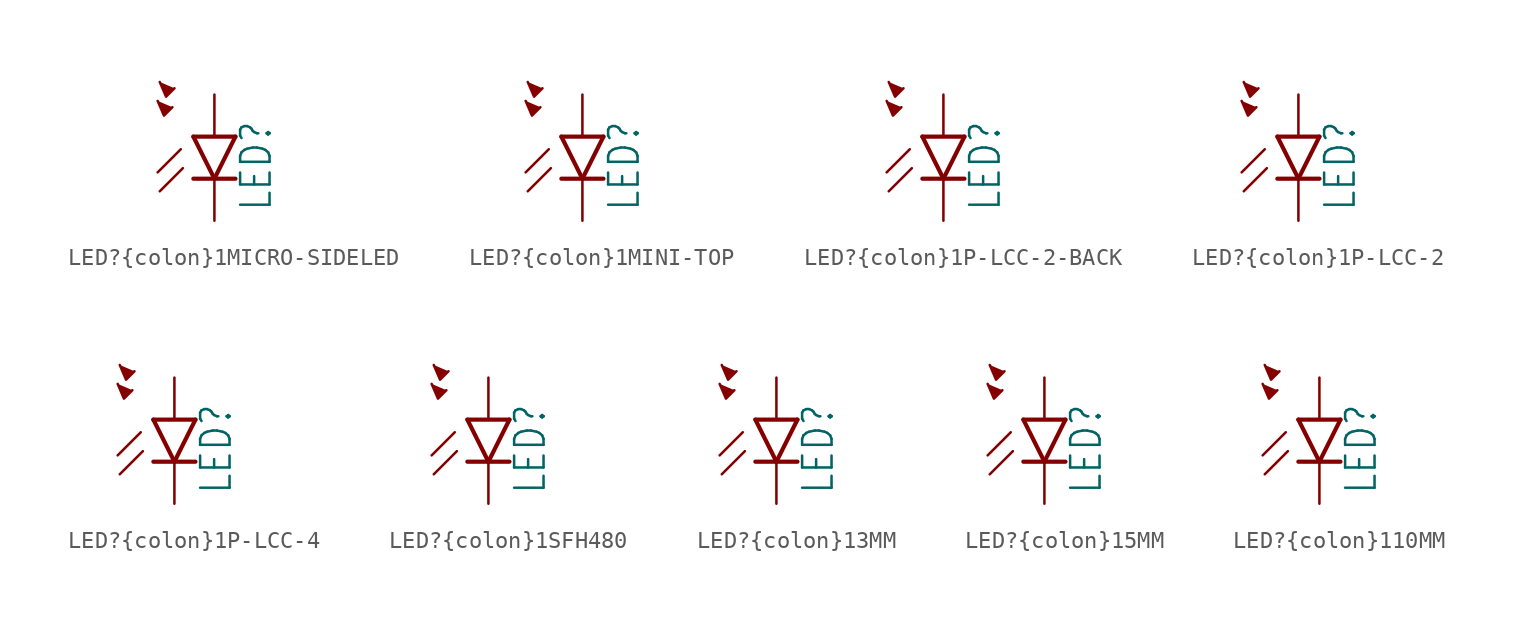
<source format=kicad_sym>
(kicad_symbol_lib
  (version 20241209)
  (generator "kicad_symbol_editor")
  (generator_version "9.0")
  (symbol "LED?{colon}1MICRO-SIDELED"
    (property "Reference" "LED"
      (at 3.556 -4.572 90)
      (effects (font (size 1.778 1.511)) (justify left bottom)))
    (property "Value" ""
      (at 5.715 -4.572 90)
      (effects (font (size 1.778 1.511)) (justify left bottom)))
    (property "ki_locked" ""
      (at 0 0 0)
      (effects (font (size 1.27 1.27))))
    (symbol "LED?{colon}1MICRO-SIDELED_1_0"
      (polyline (pts (xy -3.429 2.159) (xy -3.048 1.27) (xy -2.54 1.778)) (stroke (width 0.152) (type solid)) (fill (type outline)))
      (polyline (pts (xy -3.302 3.302) (xy -2.921 2.413) (xy -2.413 2.921)) (stroke (width 0.152) (type solid)) (fill (type outline)))
      (polyline (pts (xy -2.032 -0.762) (xy -3.429 -2.159)) (stroke (width 0.152) (type solid)) (fill (type none)))
      (polyline (pts (xy -1.905 -1.905) (xy -3.302 -3.302)) (stroke (width 0.152) (type solid)) (fill (type none)))
      (polyline (pts (xy 0 -2.54) (xy -1.27 0)) (stroke (width 0.254) (type solid)) (fill (type none)))
      (polyline (pts (xy 0 -2.54) (xy -1.27 -2.54)) (stroke (width 0.254) (type solid)) (fill (type none)))
      (polyline (pts (xy 1.27 0) (xy -1.27 0)) (stroke (width 0.254) (type solid)) (fill (type none)))
      (polyline (pts (xy 1.27 0) (xy 0 -2.54)) (stroke (width 0.254) (type solid)) (fill (type none)))
      (polyline (pts (xy 1.27 -2.54) (xy 0 -2.54)) (stroke (width 0.254) (type solid)) (fill (type none)))
      (pin passive line (at 0 2.54 270) (length 2.54) (name "A" (effects (font (size 0 0)))) (number "A" (effects (font (size 0 0)))))
      (pin passive line (at 0 -5.08 90) (length 2.54) (name "C" (effects (font (size 0 0)))) (number "C" (effects (font (size 0 0)))))))
  (symbol "LED?{colon}1MINI-TOP"
    (property "Reference" "LED"
      (at 3.556 -4.572 90)
      (effects (font (size 1.778 1.511)) (justify left bottom)))
    (property "Value" ""
      (at 5.715 -4.572 90)
      (effects (font (size 1.778 1.511)) (justify left bottom)))
    (property "ki_locked" ""
      (at 0 0 0)
      (effects (font (size 1.27 1.27))))
    (symbol "LED?{colon}1MINI-TOP_1_0"
      (polyline (pts (xy -3.429 2.159) (xy -3.048 1.27) (xy -2.54 1.778)) (stroke (width 0.152) (type solid)) (fill (type outline)))
      (polyline (pts (xy -3.302 3.302) (xy -2.921 2.413) (xy -2.413 2.921)) (stroke (width 0.152) (type solid)) (fill (type outline)))
      (polyline (pts (xy -2.032 -0.762) (xy -3.429 -2.159)) (stroke (width 0.152) (type solid)) (fill (type none)))
      (polyline (pts (xy -1.905 -1.905) (xy -3.302 -3.302)) (stroke (width 0.152) (type solid)) (fill (type none)))
      (polyline (pts (xy 0 -2.54) (xy -1.27 0)) (stroke (width 0.254) (type solid)) (fill (type none)))
      (polyline (pts (xy 0 -2.54) (xy -1.27 -2.54)) (stroke (width 0.254) (type solid)) (fill (type none)))
      (polyline (pts (xy 1.27 0) (xy -1.27 0)) (stroke (width 0.254) (type solid)) (fill (type none)))
      (polyline (pts (xy 1.27 0) (xy 0 -2.54)) (stroke (width 0.254) (type solid)) (fill (type none)))
      (polyline (pts (xy 1.27 -2.54) (xy 0 -2.54)) (stroke (width 0.254) (type solid)) (fill (type none)))
      (pin passive line (at 0 2.54 270) (length 2.54) (name "A" (effects (font (size 0 0)))) (number "A" (effects (font (size 0 0)))))
      (pin passive line (at 0 -5.08 90) (length 2.54) (name "C" (effects (font (size 0 0)))) (number "C" (effects (font (size 0 0)))))))
  (symbol "LED?{colon}1P-LCC-2-BACK"
    (property "Reference" "LED"
      (at 3.556 -4.572 90)
      (effects (font (size 1.778 1.511)) (justify left bottom)))
    (property "Value" ""
      (at 5.715 -4.572 90)
      (effects (font (size 1.778 1.511)) (justify left bottom)))
    (property "ki_locked" ""
      (at 0 0 0)
      (effects (font (size 1.27 1.27))))
    (symbol "LED?{colon}1P-LCC-2-BACK_1_0"
      (polyline (pts (xy -3.429 2.159) (xy -3.048 1.27) (xy -2.54 1.778)) (stroke (width 0.152) (type solid)) (fill (type outline)))
      (polyline (pts (xy -3.302 3.302) (xy -2.921 2.413) (xy -2.413 2.921)) (stroke (width 0.152) (type solid)) (fill (type outline)))
      (polyline (pts (xy -2.032 -0.762) (xy -3.429 -2.159)) (stroke (width 0.152) (type solid)) (fill (type none)))
      (polyline (pts (xy -1.905 -1.905) (xy -3.302 -3.302)) (stroke (width 0.152) (type solid)) (fill (type none)))
      (polyline (pts (xy 0 -2.54) (xy -1.27 0)) (stroke (width 0.254) (type solid)) (fill (type none)))
      (polyline (pts (xy 0 -2.54) (xy -1.27 -2.54)) (stroke (width 0.254) (type solid)) (fill (type none)))
      (polyline (pts (xy 1.27 0) (xy -1.27 0)) (stroke (width 0.254) (type solid)) (fill (type none)))
      (polyline (pts (xy 1.27 0) (xy 0 -2.54)) (stroke (width 0.254) (type solid)) (fill (type none)))
      (polyline (pts (xy 1.27 -2.54) (xy 0 -2.54)) (stroke (width 0.254) (type solid)) (fill (type none)))
      (pin passive line (at 0 2.54 270) (length 2.54) (name "A" (effects (font (size 0 0)))) (number "A" (effects (font (size 0 0)))))
      (pin passive line (at 0 -5.08 90) (length 2.54) (name "C" (effects (font (size 0 0)))) (number "C" (effects (font (size 0 0)))))))
  (symbol "LED?{colon}1P-LCC-2"
    (property "Reference" "LED"
      (at 3.556 -4.572 90)
      (effects (font (size 1.778 1.511)) (justify left bottom)))
    (property "Value" ""
      (at 5.715 -4.572 90)
      (effects (font (size 1.778 1.511)) (justify left bottom)))
    (property "ki_locked" ""
      (at 0 0 0)
      (effects (font (size 1.27 1.27))))
    (symbol "LED?{colon}1P-LCC-2_1_0"
      (polyline (pts (xy -3.429 2.159) (xy -3.048 1.27) (xy -2.54 1.778)) (stroke (width 0.152) (type solid)) (fill (type outline)))
      (polyline (pts (xy -3.302 3.302) (xy -2.921 2.413) (xy -2.413 2.921)) (stroke (width 0.152) (type solid)) (fill (type outline)))
      (polyline (pts (xy -2.032 -0.762) (xy -3.429 -2.159)) (stroke (width 0.152) (type solid)) (fill (type none)))
      (polyline (pts (xy -1.905 -1.905) (xy -3.302 -3.302)) (stroke (width 0.152) (type solid)) (fill (type none)))
      (polyline (pts (xy 0 -2.54) (xy -1.27 0)) (stroke (width 0.254) (type solid)) (fill (type none)))
      (polyline (pts (xy 0 -2.54) (xy -1.27 -2.54)) (stroke (width 0.254) (type solid)) (fill (type none)))
      (polyline (pts (xy 1.27 0) (xy -1.27 0)) (stroke (width 0.254) (type solid)) (fill (type none)))
      (polyline (pts (xy 1.27 0) (xy 0 -2.54)) (stroke (width 0.254) (type solid)) (fill (type none)))
      (polyline (pts (xy 1.27 -2.54) (xy 0 -2.54)) (stroke (width 0.254) (type solid)) (fill (type none)))
      (pin passive line (at 0 2.54 270) (length 2.54) (name "A" (effects (font (size 0 0)))) (number "A" (effects (font (size 0 0)))))
      (pin passive line (at 0 -5.08 90) (length 2.54) (name "C" (effects (font (size 0 0)))) (number "C" (effects (font (size 0 0)))))))
  (symbol "LED?{colon}1P-LCC-4"
    (property "Reference" "LED"
      (at 3.556 -4.572 90)
      (effects (font (size 1.778 1.511)) (justify left bottom)))
    (property "Value" ""
      (at 5.715 -4.572 90)
      (effects (font (size 1.778 1.511)) (justify left bottom)))
    (property "ki_locked" ""
      (at 0 0 0)
      (effects (font (size 1.27 1.27))))
    (symbol "LED?{colon}1P-LCC-4_1_0"
      (polyline (pts (xy -3.429 2.159) (xy -3.048 1.27) (xy -2.54 1.778)) (stroke (width 0.152) (type solid)) (fill (type outline)))
      (polyline (pts (xy -3.302 3.302) (xy -2.921 2.413) (xy -2.413 2.921)) (stroke (width 0.152) (type solid)) (fill (type outline)))
      (polyline (pts (xy -2.032 -0.762) (xy -3.429 -2.159)) (stroke (width 0.152) (type solid)) (fill (type none)))
      (polyline (pts (xy -1.905 -1.905) (xy -3.302 -3.302)) (stroke (width 0.152) (type solid)) (fill (type none)))
      (polyline (pts (xy 0 -2.54) (xy -1.27 0)) (stroke (width 0.254) (type solid)) (fill (type none)))
      (polyline (pts (xy 0 -2.54) (xy -1.27 -2.54)) (stroke (width 0.254) (type solid)) (fill (type none)))
      (polyline (pts (xy 1.27 0) (xy -1.27 0)) (stroke (width 0.254) (type solid)) (fill (type none)))
      (polyline (pts (xy 1.27 0) (xy 0 -2.54)) (stroke (width 0.254) (type solid)) (fill (type none)))
      (polyline (pts (xy 1.27 -2.54) (xy 0 -2.54)) (stroke (width 0.254) (type solid)) (fill (type none)))
      (pin passive line (at 0 2.54 270) (length 2.54) (name "A" (effects (font (size 0 0)))) (number "A" (effects (font (size 0 0)))))
      (pin passive line (at 0 -5.08 90) (length 2.54) (name "C" (effects (font (size 0 0)))) (number "C@4" (effects (font (size 0 0)))))))
  (symbol "LED?{colon}1SFH480"
    (property "Reference" "LED"
      (at 3.556 -4.572 90)
      (effects (font (size 1.778 1.511)) (justify left bottom)))
    (property "Value" ""
      (at 5.715 -4.572 90)
      (effects (font (size 1.778 1.511)) (justify left bottom)))
    (property "ki_locked" ""
      (at 0 0 0)
      (effects (font (size 1.27 1.27))))
    (symbol "LED?{colon}1SFH480_1_0"
      (polyline (pts (xy -3.429 2.159) (xy -3.048 1.27) (xy -2.54 1.778)) (stroke (width 0.152) (type solid)) (fill (type outline)))
      (polyline (pts (xy -3.302 3.302) (xy -2.921 2.413) (xy -2.413 2.921)) (stroke (width 0.152) (type solid)) (fill (type outline)))
      (polyline (pts (xy -2.032 -0.762) (xy -3.429 -2.159)) (stroke (width 0.152) (type solid)) (fill (type none)))
      (polyline (pts (xy -1.905 -1.905) (xy -3.302 -3.302)) (stroke (width 0.152) (type solid)) (fill (type none)))
      (polyline (pts (xy 0 -2.54) (xy -1.27 0)) (stroke (width 0.254) (type solid)) (fill (type none)))
      (polyline (pts (xy 0 -2.54) (xy -1.27 -2.54)) (stroke (width 0.254) (type solid)) (fill (type none)))
      (polyline (pts (xy 1.27 0) (xy -1.27 0)) (stroke (width 0.254) (type solid)) (fill (type none)))
      (polyline (pts (xy 1.27 0) (xy 0 -2.54)) (stroke (width 0.254) (type solid)) (fill (type none)))
      (polyline (pts (xy 1.27 -2.54) (xy 0 -2.54)) (stroke (width 0.254) (type solid)) (fill (type none)))
      (pin passive line (at 0 2.54 270) (length 2.54) (name "A" (effects (font (size 0 0)))) (number "A" (effects (font (size 0 0)))))
      (pin passive line (at 0 -5.08 90) (length 2.54) (name "C" (effects (font (size 0 0)))) (number "K" (effects (font (size 0 0)))))))
  (symbol "LED?{colon}13MM"
    (property "Reference" "LED"
      (at 3.556 -4.572 90)
      (effects (font (size 1.778 1.511)) (justify left bottom)))
    (property "Value" ""
      (at 5.715 -4.572 90)
      (effects (font (size 1.778 1.511)) (justify left bottom)))
    (property "ki_locked" ""
      (at 0 0 0)
      (effects (font (size 1.27 1.27))))
    (symbol "LED?{colon}13MM_1_0"
      (polyline (pts (xy -3.429 2.159) (xy -3.048 1.27) (xy -2.54 1.778)) (stroke (width 0.152) (type solid)) (fill (type outline)))
      (polyline (pts (xy -3.302 3.302) (xy -2.921 2.413) (xy -2.413 2.921)) (stroke (width 0.152) (type solid)) (fill (type outline)))
      (polyline (pts (xy -2.032 -0.762) (xy -3.429 -2.159)) (stroke (width 0.152) (type solid)) (fill (type none)))
      (polyline (pts (xy -1.905 -1.905) (xy -3.302 -3.302)) (stroke (width 0.152) (type solid)) (fill (type none)))
      (polyline (pts (xy 0 -2.54) (xy -1.27 0)) (stroke (width 0.254) (type solid)) (fill (type none)))
      (polyline (pts (xy 0 -2.54) (xy -1.27 -2.54)) (stroke (width 0.254) (type solid)) (fill (type none)))
      (polyline (pts (xy 1.27 0) (xy -1.27 0)) (stroke (width 0.254) (type solid)) (fill (type none)))
      (polyline (pts (xy 1.27 0) (xy 0 -2.54)) (stroke (width 0.254) (type solid)) (fill (type none)))
      (polyline (pts (xy 1.27 -2.54) (xy 0 -2.54)) (stroke (width 0.254) (type solid)) (fill (type none)))
      (pin passive line (at 0 2.54 270) (length 2.54) (name "A" (effects (font (size 0 0)))) (number "A" (effects (font (size 0 0)))))
      (pin passive line (at 0 -5.08 90) (length 2.54) (name "C" (effects (font (size 0 0)))) (number "K" (effects (font (size 0 0)))))))
  (symbol "LED?{colon}15MM"
    (property "Reference" "LED"
      (at 3.556 -4.572 90)
      (effects (font (size 1.778 1.511)) (justify left bottom)))
    (property "Value" ""
      (at 5.715 -4.572 90)
      (effects (font (size 1.778 1.511)) (justify left bottom)))
    (property "ki_locked" ""
      (at 0 0 0)
      (effects (font (size 1.27 1.27))))
    (symbol "LED?{colon}15MM_1_0"
      (polyline (pts (xy -3.429 2.159) (xy -3.048 1.27) (xy -2.54 1.778)) (stroke (width 0.152) (type solid)) (fill (type outline)))
      (polyline (pts (xy -3.302 3.302) (xy -2.921 2.413) (xy -2.413 2.921)) (stroke (width 0.152) (type solid)) (fill (type outline)))
      (polyline (pts (xy -2.032 -0.762) (xy -3.429 -2.159)) (stroke (width 0.152) (type solid)) (fill (type none)))
      (polyline (pts (xy -1.905 -1.905) (xy -3.302 -3.302)) (stroke (width 0.152) (type solid)) (fill (type none)))
      (polyline (pts (xy 0 -2.54) (xy -1.27 0)) (stroke (width 0.254) (type solid)) (fill (type none)))
      (polyline (pts (xy 0 -2.54) (xy -1.27 -2.54)) (stroke (width 0.254) (type solid)) (fill (type none)))
      (polyline (pts (xy 1.27 0) (xy -1.27 0)) (stroke (width 0.254) (type solid)) (fill (type none)))
      (polyline (pts (xy 1.27 0) (xy 0 -2.54)) (stroke (width 0.254) (type solid)) (fill (type none)))
      (polyline (pts (xy 1.27 -2.54) (xy 0 -2.54)) (stroke (width 0.254) (type solid)) (fill (type none)))
      (pin passive line (at 0 2.54 270) (length 2.54) (name "A" (effects (font (size 0 0)))) (number "A" (effects (font (size 0 0)))))
      (pin passive line (at 0 -5.08 90) (length 2.54) (name "C" (effects (font (size 0 0)))) (number "K" (effects (font (size 0 0)))))))
  (symbol "LED?{colon}110MM"
    (property "Reference" "LED"
      (at 3.556 -4.572 90)
      (effects (font (size 1.778 1.511)) (justify left bottom)))
    (property "Value" ""
      (at 5.715 -4.572 90)
      (effects (font (size 1.778 1.511)) (justify left bottom)))
    (property "ki_locked" ""
      (at 0 0 0)
      (effects (font (size 1.27 1.27))))
    (symbol "LED?{colon}110MM_1_0"
      (polyline (pts (xy -3.429 2.159) (xy -3.048 1.27) (xy -2.54 1.778)) (stroke (width 0.152) (type solid)) (fill (type outline)))
      (polyline (pts (xy -3.302 3.302) (xy -2.921 2.413) (xy -2.413 2.921)) (stroke (width 0.152) (type solid)) (fill (type outline)))
      (polyline (pts (xy -2.032 -0.762) (xy -3.429 -2.159)) (stroke (width 0.152) (type solid)) (fill (type none)))
      (polyline (pts (xy -1.905 -1.905) (xy -3.302 -3.302)) (stroke (width 0.152) (type solid)) (fill (type none)))
      (polyline (pts (xy 0 -2.54) (xy -1.27 0)) (stroke (width 0.254) (type solid)) (fill (type none)))
      (polyline (pts (xy 0 -2.54) (xy -1.27 -2.54)) (stroke (width 0.254) (type solid)) (fill (type none)))
      (polyline (pts (xy 1.27 0) (xy -1.27 0)) (stroke (width 0.254) (type solid)) (fill (type none)))
      (polyline (pts (xy 1.27 0) (xy 0 -2.54)) (stroke (width 0.254) (type solid)) (fill (type none)))
      (polyline (pts (xy 1.27 -2.54) (xy 0 -2.54)) (stroke (width 0.254) (type solid)) (fill (type none)))
      (pin passive line (at 0 2.54 270) (length 2.54) (name "A" (effects (font (size 0 0)))) (number "A" (effects (font (size 0 0)))))
      (pin passive line (at 0 -5.08 90) (length 2.54) (name "C" (effects (font (size 0 0)))) (number "K" (effects (font (size 0 0))))))))
</source>
